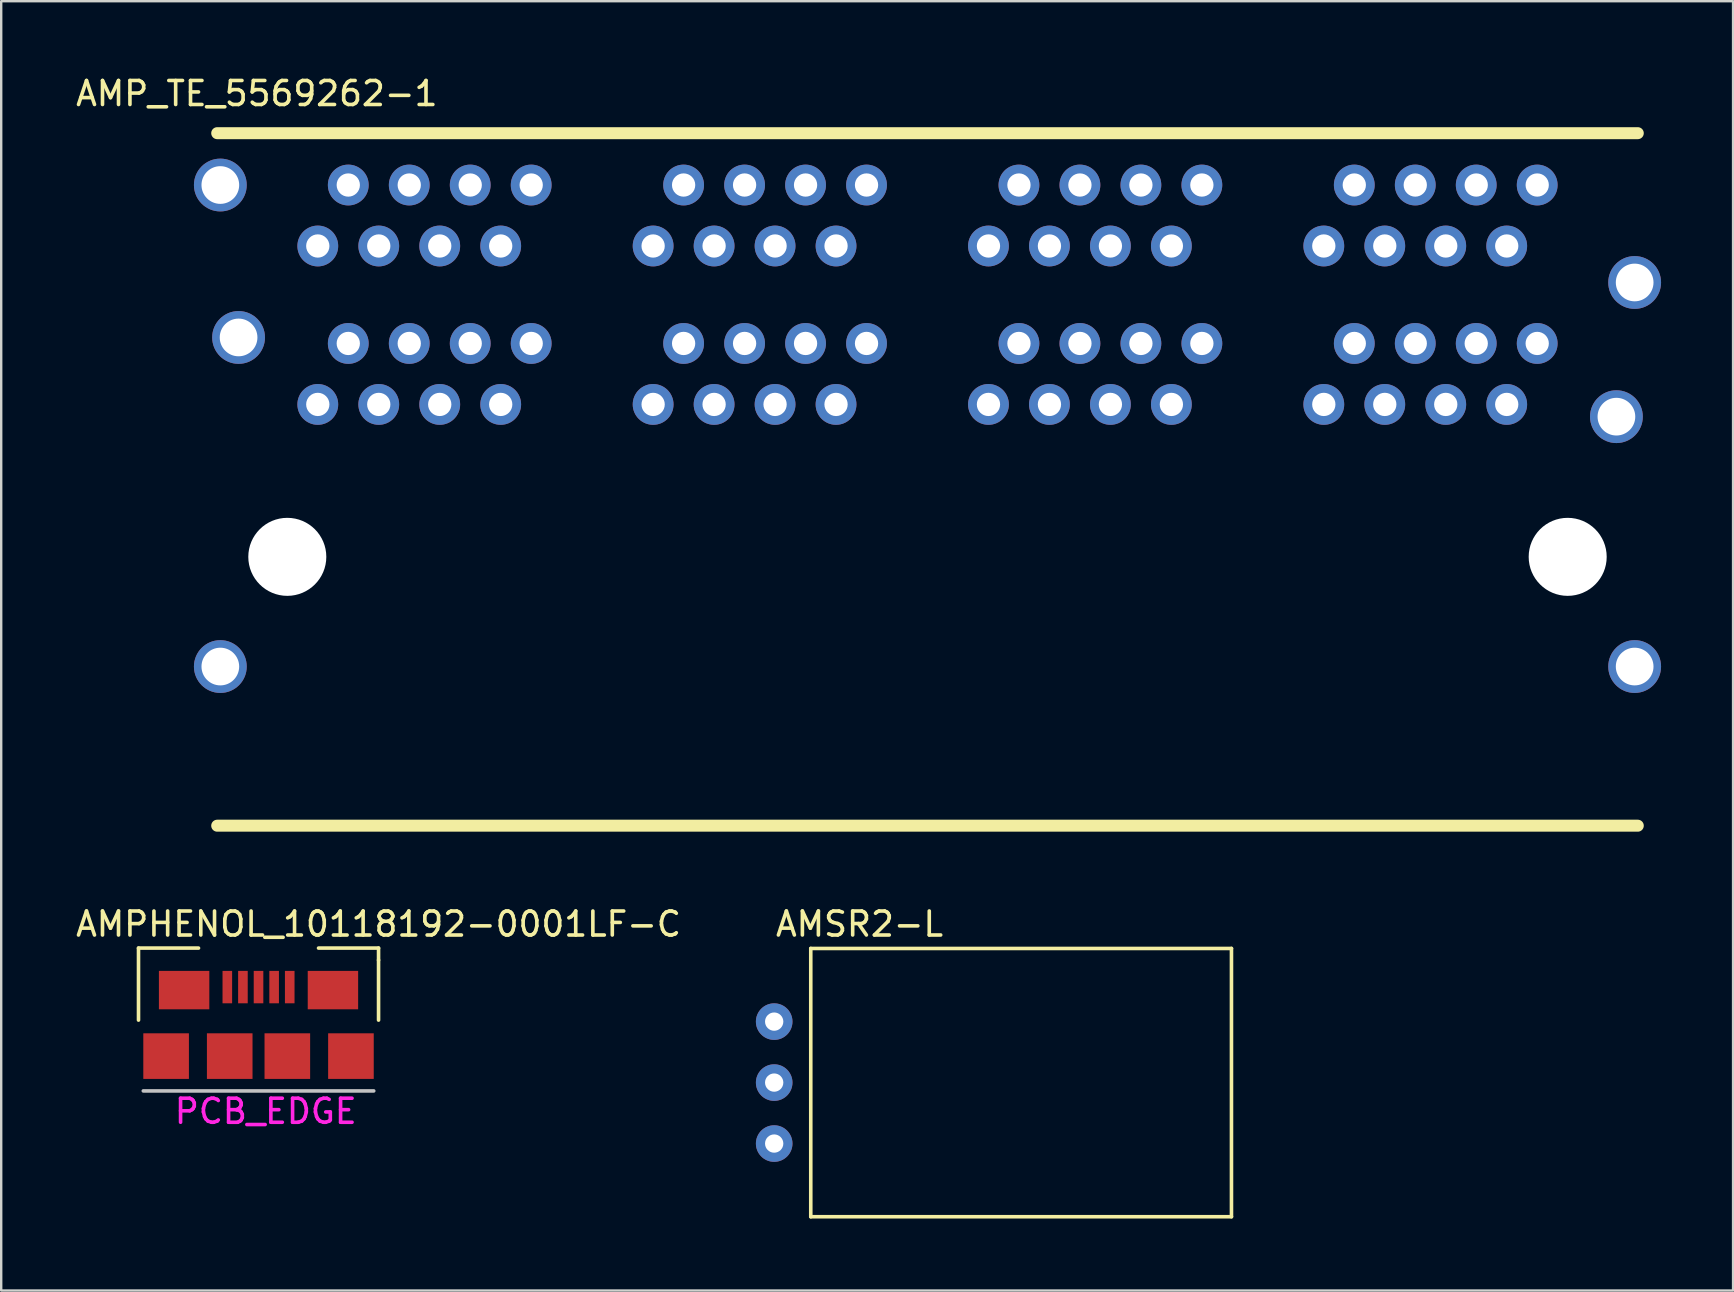
<source format=kicad_pcb>
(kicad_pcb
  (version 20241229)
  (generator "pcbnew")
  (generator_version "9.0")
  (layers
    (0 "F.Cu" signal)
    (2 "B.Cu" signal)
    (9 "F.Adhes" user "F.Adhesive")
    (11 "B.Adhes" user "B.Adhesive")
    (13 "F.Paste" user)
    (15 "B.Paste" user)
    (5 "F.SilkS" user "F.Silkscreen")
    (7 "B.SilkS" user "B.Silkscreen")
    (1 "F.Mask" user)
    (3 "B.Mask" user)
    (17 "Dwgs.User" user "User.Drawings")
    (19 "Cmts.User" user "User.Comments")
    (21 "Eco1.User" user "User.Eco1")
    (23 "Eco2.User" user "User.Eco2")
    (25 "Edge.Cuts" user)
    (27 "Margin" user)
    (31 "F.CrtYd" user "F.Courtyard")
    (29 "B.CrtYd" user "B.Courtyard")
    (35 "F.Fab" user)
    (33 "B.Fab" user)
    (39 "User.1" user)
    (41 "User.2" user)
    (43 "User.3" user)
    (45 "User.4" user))
  (footprint "AMP_TE_5569262-1"
    (layer "F.Cu")
    (at 60.989 4.658)
    (property "Reference" "AMP_TE_5569262-1" (at -53.34 -3.81 0) (layer "F.SilkS") (effects (font (size 1 1) (thickness 0.15))))
    (attr through_hole)
    (fp_line (start -54.99 -2.16) (end 4.19 -2.16) (stroke (width 0.5) (type solid)) (layer "F.SilkS"))
    (fp_line (start -54.99 26.69) (end 4.19 26.69) (stroke (width 0.5) (type solid)) (layer "F.SilkS"))
    (pad "" np_thru_hole circle (at -52.07 15.49) (size 3.25 3.25) (drill 3.25) (layers "*.Cu" "*.Mask"))
    (pad "" np_thru_hole circle (at 1.27 15.49) (size 3.25 3.25) (drill 3.25) (layers "*.Cu" "*.Mask"))
    (pad "0" thru_hole circle (at -54.86 0) (size 2.2 2.2) (drill 1.57) (layers "*.Cu" "*.Mask"))
    (pad "0" thru_hole circle (at -54.86 20.06) (size 2.2 2.2) (drill 1.57) (layers "*.Cu" "*.Mask"))
    (pad "0" thru_hole circle (at -54.1 6.35) (size 2.2 2.2) (drill 1.57) (layers "*.Cu" "*.Mask"))
    (pad "0" thru_hole circle (at 3.3 9.65) (size 2.2 2.2) (drill 1.57) (layers "*.Cu" "*.Mask"))
    (pad "0" thru_hole circle (at 4.06 4.06 90) (size 2.2 2.2) (drill 1.57) (layers "*.Cu" "*.Mask"))
    (pad "0" thru_hole circle (at 4.06 20.06) (size 2.2 2.2) (drill 1.57) (layers "*.Cu" "*.Mask"))
    (pad "1" thru_hole circle (at 0 0) (size 1.7 1.7) (drill 0.97) (layers "*.Cu" "*.Mask"))
    (pad "2" thru_hole circle (at -1.27 2.54) (size 1.7 1.7) (drill 0.97) (layers "*.Cu" "*.Mask"))
    (pad "3" thru_hole circle (at -2.54 0) (size 1.7 1.7) (drill 0.97) (layers "*.Cu" "*.Mask"))
    (pad "4" thru_hole circle (at -3.81 2.54) (size 1.7 1.7) (drill 0.97) (layers "*.Cu" "*.Mask"))
    (pad "5" thru_hole circle (at -5.08 0) (size 1.7 1.7) (drill 0.97) (layers "*.Cu" "*.Mask"))
    (pad "6" thru_hole circle (at -6.35 2.54) (size 1.7 1.7) (drill 0.97) (layers "*.Cu" "*.Mask"))
    (pad "7" thru_hole circle (at -7.62 0) (size 1.7 1.7) (drill 0.97) (layers "*.Cu" "*.Mask"))
    (pad "8" thru_hole circle (at -8.89 2.54) (size 1.7 1.7) (drill 0.97) (layers "*.Cu" "*.Mask"))
    (pad "9" thru_hole circle (at -8.89 9.14) (size 1.7 1.7) (drill 0.97) (layers "*.Cu" "*.Mask"))
    (pad "10" thru_hole circle (at -7.62 6.6) (size 1.7 1.7) (drill 0.97) (layers "*.Cu" "*.Mask"))
    (pad "11" thru_hole circle (at -6.35 9.14) (size 1.7 1.7) (drill 0.97) (layers "*.Cu" "*.Mask"))
    (pad "12" thru_hole circle (at -5.08 6.6) (size 1.7 1.7) (drill 0.97) (layers "*.Cu" "*.Mask"))
    (pad "13" thru_hole circle (at -3.81 9.14) (size 1.7 1.7) (drill 0.97) (layers "*.Cu" "*.Mask"))
    (pad "14" thru_hole circle (at -2.54 6.6) (size 1.7 1.7) (drill 0.97) (layers "*.Cu" "*.Mask"))
    (pad "15" thru_hole circle (at -1.27 9.14) (size 1.7 1.7) (drill 0.97) (layers "*.Cu" "*.Mask"))
    (pad "16" thru_hole circle (at 0 6.6) (size 1.7 1.7) (drill 0.97) (layers "*.Cu" "*.Mask"))
    (pad "17" thru_hole circle (at -13.97 0) (size 1.7 1.7) (drill 0.97) (layers "*.Cu" "*.Mask"))
    (pad "18" thru_hole circle (at -15.24 2.54) (size 1.7 1.7) (drill 0.97) (layers "*.Cu" "*.Mask"))
    (pad "19" thru_hole circle (at -16.51 0) (size 1.7 1.7) (drill 0.97) (layers "*.Cu" "*.Mask"))
    (pad "20" thru_hole circle (at -17.78 2.54) (size 1.7 1.7) (drill 0.97) (layers "*.Cu" "*.Mask"))
    (pad "21" thru_hole circle (at -19.05 0) (size 1.7 1.7) (drill 0.97) (layers "*.Cu" "*.Mask"))
    (pad "22" thru_hole circle (at -20.32 2.54) (size 1.7 1.7) (drill 0.97) (layers "*.Cu" "*.Mask"))
    (pad "23" thru_hole circle (at -21.59 0) (size 1.7 1.7) (drill 0.97) (layers "*.Cu" "*.Mask"))
    (pad "24" thru_hole circle (at -22.86 2.54) (size 1.7 1.7) (drill 0.97) (layers "*.Cu" "*.Mask"))
    (pad "25" thru_hole circle (at -22.86 9.14) (size 1.7 1.7) (drill 0.97) (layers "*.Cu" "*.Mask"))
    (pad "26" thru_hole circle (at -21.59 6.6) (size 1.7 1.7) (drill 0.97) (layers "*.Cu" "*.Mask"))
    (pad "27" thru_hole circle (at -20.32 9.14) (size 1.7 1.7) (drill 0.97) (layers "*.Cu" "*.Mask"))
    (pad "28" thru_hole circle (at -19.05 6.6) (size 1.7 1.7) (drill 0.97) (layers "*.Cu" "*.Mask"))
    (pad "29" thru_hole circle (at -17.78 9.14) (size 1.7 1.7) (drill 0.97) (layers "*.Cu" "*.Mask"))
    (pad "30" thru_hole circle (at -16.51 6.6) (size 1.7 1.7) (drill 0.97) (layers "*.Cu" "*.Mask"))
    (pad "31" thru_hole circle (at -15.24 9.14) (size 1.7 1.7) (drill 0.97) (layers "*.Cu" "*.Mask"))
    (pad "32" thru_hole circle (at -13.97 6.6) (size 1.7 1.7) (drill 0.97) (layers "*.Cu" "*.Mask"))
    (pad "33" thru_hole circle (at -27.94 0) (size 1.7 1.7) (drill 0.97) (layers "*.Cu" "*.Mask"))
    (pad "34" thru_hole circle (at -29.21 2.54) (size 1.7 1.7) (drill 0.97) (layers "*.Cu" "*.Mask"))
    (pad "35" thru_hole circle (at -30.48 0) (size 1.7 1.7) (drill 0.97) (layers "*.Cu" "*.Mask"))
    (pad "36" thru_hole circle (at -31.75 2.54) (size 1.7 1.7) (drill 0.97) (layers "*.Cu" "*.Mask"))
    (pad "37" thru_hole circle (at -33.02 0) (size 1.7 1.7) (drill 0.97) (layers "*.Cu" "*.Mask"))
    (pad "38" thru_hole circle (at -34.29 2.54) (size 1.7 1.7) (drill 0.97) (layers "*.Cu" "*.Mask"))
    (pad "39" thru_hole circle (at -35.56 0) (size 1.7 1.7) (drill 0.97) (layers "*.Cu" "*.Mask"))
    (pad "40" thru_hole circle (at -36.83 2.54) (size 1.7 1.7) (drill 0.97) (layers "*.Cu" "*.Mask"))
    (pad "41" thru_hole circle (at -36.83 9.14) (size 1.7 1.7) (drill 0.97) (layers "*.Cu" "*.Mask"))
    (pad "42" thru_hole circle (at -35.56 6.6) (size 1.7 1.7) (drill 0.97) (layers "*.Cu" "*.Mask"))
    (pad "43" thru_hole circle (at -34.29 9.14) (size 1.7 1.7) (drill 0.97) (layers "*.Cu" "*.Mask"))
    (pad "44" thru_hole circle (at -33.02 6.6) (size 1.7 1.7) (drill 0.97) (layers "*.Cu" "*.Mask"))
    (pad "45" thru_hole circle (at -31.75 9.14) (size 1.7 1.7) (drill 0.97) (layers "*.Cu" "*.Mask"))
    (pad "46" thru_hole circle (at -30.48 6.6) (size 1.7 1.7) (drill 0.97) (layers "*.Cu" "*.Mask"))
    (pad "47" thru_hole circle (at -29.21 9.14) (size 1.7 1.7) (drill 0.97) (layers "*.Cu" "*.Mask"))
    (pad "48" thru_hole circle (at -27.94 6.6) (size 1.7 1.7) (drill 0.97) (layers "*.Cu" "*.Mask"))
    (pad "49" thru_hole circle (at -41.91 0) (size 1.7 1.7) (drill 0.97) (layers "*.Cu" "*.Mask"))
    (pad "50" thru_hole circle (at -43.18 2.54) (size 1.7 1.7) (drill 0.97) (layers "*.Cu" "*.Mask"))
    (pad "51" thru_hole circle (at -44.45 0) (size 1.7 1.7) (drill 0.97) (layers "*.Cu" "*.Mask"))
    (pad "52" thru_hole circle (at -45.72 2.54) (size 1.7 1.7) (drill 0.97) (layers "*.Cu" "*.Mask"))
    (pad "53" thru_hole circle (at -46.99 0) (size 1.7 1.7) (drill 0.97) (layers "*.Cu" "*.Mask"))
    (pad "54" thru_hole circle (at -48.26 2.54) (size 1.7 1.7) (drill 0.97) (layers "*.Cu" "*.Mask"))
    (pad "55" thru_hole circle (at -49.53 0) (size 1.7 1.7) (drill 0.97) (layers "*.Cu" "*.Mask"))
    (pad "56" thru_hole circle (at -50.8 2.54) (size 1.7 1.7) (drill 0.97) (layers "*.Cu" "*.Mask"))
    (pad "57" thru_hole circle (at -50.8 9.14) (size 1.7 1.7) (drill 0.97) (layers "*.Cu" "*.Mask"))
    (pad "58" thru_hole circle (at -49.53 6.6) (size 1.7 1.7) (drill 0.97) (layers "*.Cu" "*.Mask"))
    (pad "59" thru_hole circle (at -48.26 9.14) (size 1.7 1.7) (drill 0.97) (layers "*.Cu" "*.Mask"))
    (pad "60" thru_hole circle (at -46.99 6.6) (size 1.7 1.7) (drill 0.97) (layers "*.Cu" "*.Mask"))
    (pad "61" thru_hole circle (at -45.72 9.14) (size 1.7 1.7) (drill 0.97) (layers "*.Cu" "*.Mask"))
    (pad "62" thru_hole circle (at -44.45 6.6) (size 1.7 1.7) (drill 0.97) (layers "*.Cu" "*.Mask"))
    (pad "63" thru_hole circle (at -43.18 9.14) (size 1.7 1.7) (drill 0.97) (layers "*.Cu" "*.Mask"))
    (pad "64" thru_hole circle (at -41.91 6.6) (size 1.7 1.7) (drill 0.97) (layers "*.Cu" "*.Mask")))
  (footprint "AMPHENOL_10118192-0001LF-C"
    (layer "F.Cu")
    (at 7.72 40.947)
    (property "Reference" "AMPHENOL_10118192-0001LF-C" (at 5 -5.5 0) (layer "F.SilkS") (effects (font (size 1 1) (thickness 0.15))))
    (attr through_hole)
    (fp_line (start -5 -4.5) (end -2.5 -4.5) (stroke (width 0.15) (type solid)) (layer "F.SilkS"))
    (fp_line (start -5 -1.5) (end -5 -4.5) (stroke (width 0.15) (type solid)) (layer "F.SilkS"))
    (fp_line (start 5 -4.5) (end 2.5 -4.5) (stroke (width 0.15) (type solid)) (layer "F.SilkS"))
    (fp_line (start 5 -4) (end 5 -4.5) (stroke (width 0.15) (type solid)) (layer "F.SilkS"))
    (fp_line (start 5 -1.5) (end 5 -4) (stroke (width 0.15) (type solid)) (layer "F.SilkS"))
    (fp_line (start 4.8 1.45) (end -4.8 1.45) (stroke (width 0.15) (type solid)) (layer "Dwgs.User"))
    (fp_text user "PCB_EDGE" (at 0.3 2.3 0) (layer "F.CrtYd") (effects (font (size 1 1) (thickness 0.15))))
    (pad "1" smd rect (at -1.3 -2.875) (size 0.4 1.35) (layers "F.Cu" "F.Mask" "F.Paste"))
    (pad "2" smd rect (at -0.65 -2.875) (size 0.4 1.35) (layers "F.Cu" "F.Mask" "F.Paste"))
    (pad "3" smd rect (at 0 -2.875) (size 0.4 1.35) (layers "F.Cu" "F.Mask" "F.Paste"))
    (pad "4" smd rect (at 0.65 -2.875) (size 0.4 1.35) (layers "F.Cu" "F.Mask" "F.Paste"))
    (pad "5" smd rect (at 1.3 -2.875) (size 0.4 1.35) (layers "F.Cu" "F.Mask" "F.Paste"))
    (pad "6" smd rect (at -3.85 0) (size 1.9 1.9) (layers "F.Cu" "F.Mask" "F.Paste"))
    (pad "6" smd rect (at -3.1 -2.75) (size 2.1 1.6) (layers "F.Cu" "F.Mask" "F.Paste"))
    (pad "6" smd rect (at -1.2 0) (size 1.9 1.9) (layers "F.Cu" "F.Mask" "F.Paste"))
    (pad "6" smd rect (at 1.2 0) (size 1.9 1.9) (layers "F.Cu" "F.Mask" "F.Paste"))
    (pad "6" smd rect (at 3.1 -2.75) (size 2.1 1.6) (layers "F.Cu" "F.Mask" "F.Paste"))
    (pad "6" smd rect (at 3.85 0) (size 1.9 1.9) (layers "F.Cu" "F.Mask" "F.Paste")))
  (footprint "AMSR2-L"
    (layer "F.Cu")
    (at 31.742 42.05)
    (property "Reference" "AMSR2-L" (at 1.016 -6.604 0) (layer "F.SilkS") (effects (font (size 1 1) (thickness 0.15))))
    (attr through_hole)
    (fp_line (start -1.016 -5.588) (end -1.016 5.588) (stroke (width 0.15) (type solid)) (layer "F.SilkS"))
    (fp_line (start -1.016 5.588) (end 16.51 5.588) (stroke (width 0.15) (type solid)) (layer "F.SilkS"))
    (fp_line (start 16.51 -5.588) (end -1.016 -5.588) (stroke (width 0.15) (type solid)) (layer "F.SilkS"))
    (fp_line (start 16.51 5.588) (end 16.51 -5.588) (stroke (width 0.15) (type solid)) (layer "F.SilkS"))
    (pad "1" thru_hole circle (at -2.54 -2.54) (size 1.524 1.524) (drill 0.762) (layers "*.Cu" "*.Mask"))
    (pad "2" thru_hole circle (at -2.54 0) (size 1.524 1.524) (drill 0.762) (layers "*.Cu" "*.Mask"))
    (pad "3" thru_hole circle (at -2.54 2.54) (size 1.524 1.524) (drill 0.762) (layers "*.Cu" "*.Mask")))
  (gr_rect
    (start -3 -3)
    (end 69.149 50.714)
    (stroke (width 0.1) (type default))
    (fill no)
    (layer "Edge.Cuts")))
</source>
